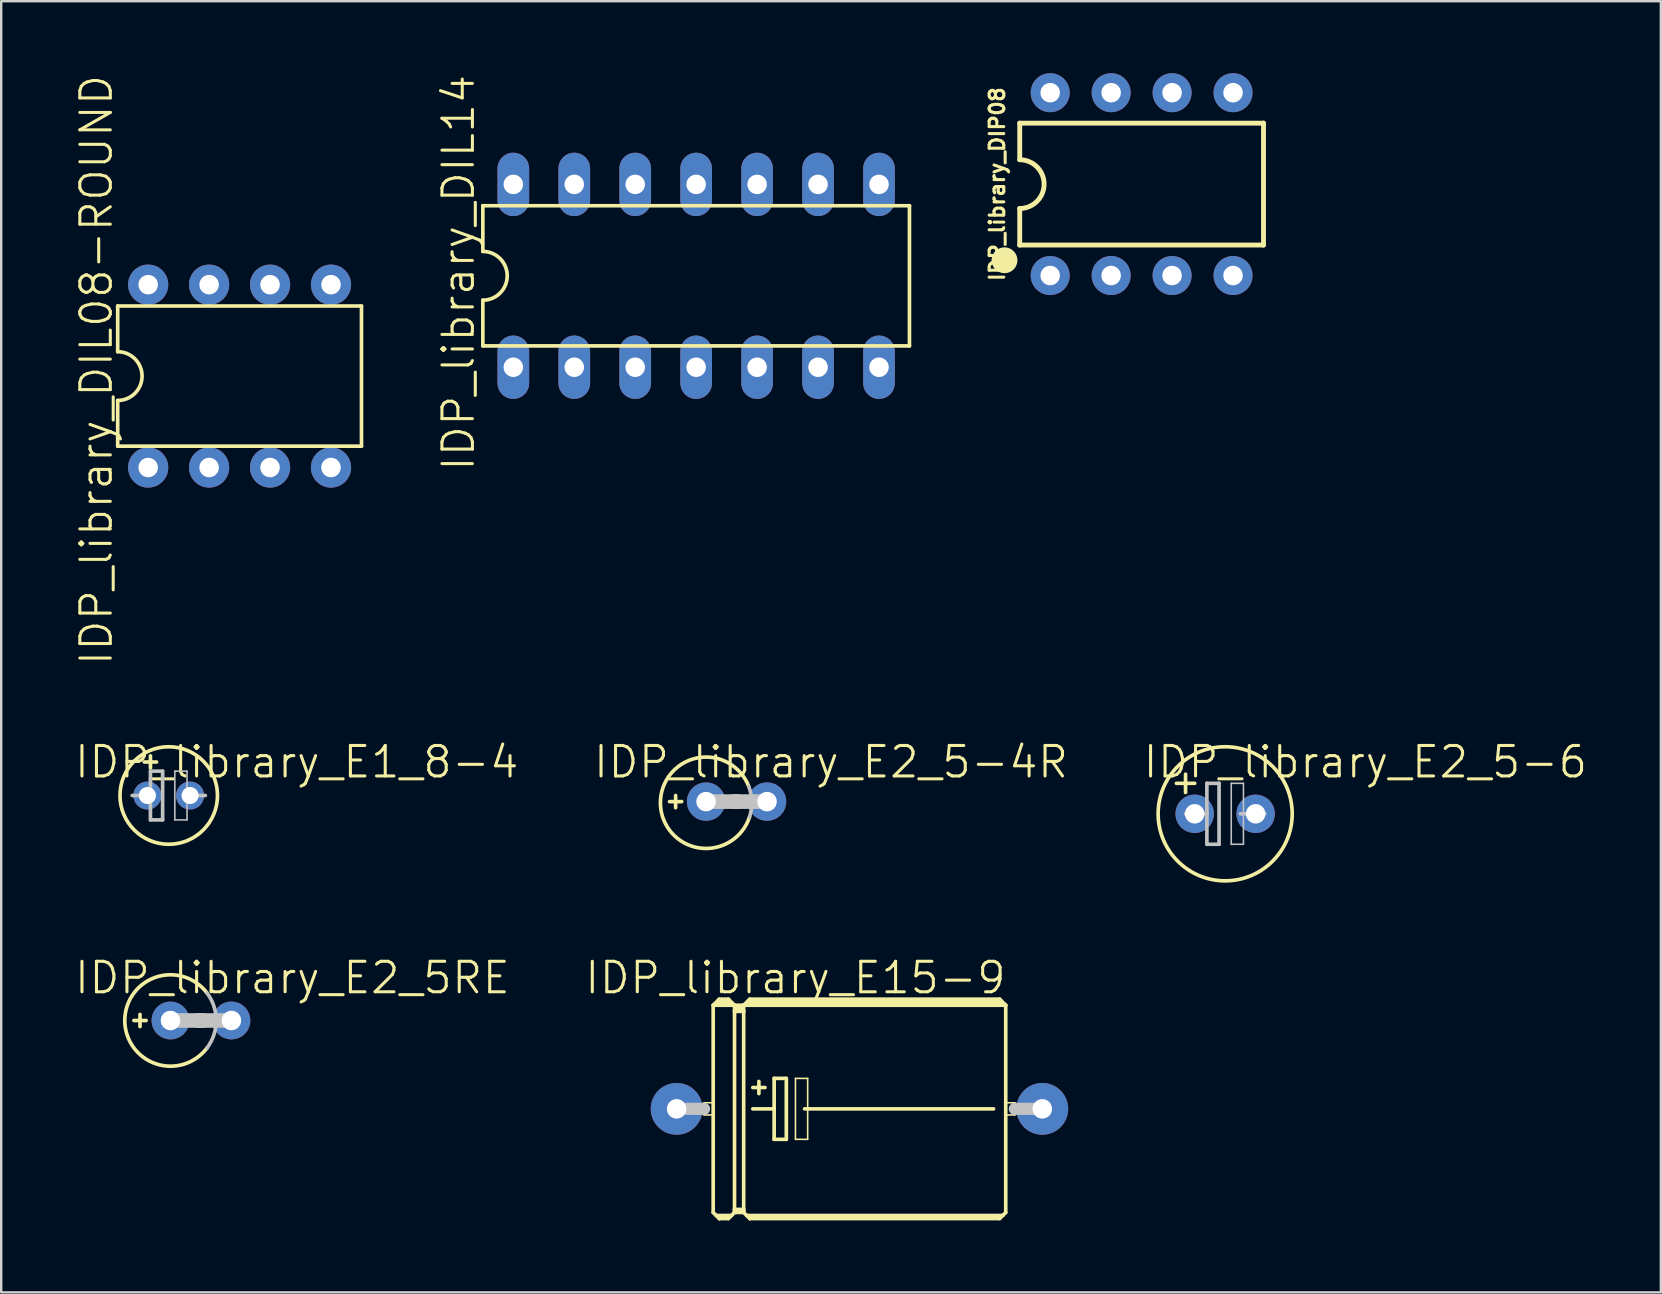
<source format=kicad_pcb>
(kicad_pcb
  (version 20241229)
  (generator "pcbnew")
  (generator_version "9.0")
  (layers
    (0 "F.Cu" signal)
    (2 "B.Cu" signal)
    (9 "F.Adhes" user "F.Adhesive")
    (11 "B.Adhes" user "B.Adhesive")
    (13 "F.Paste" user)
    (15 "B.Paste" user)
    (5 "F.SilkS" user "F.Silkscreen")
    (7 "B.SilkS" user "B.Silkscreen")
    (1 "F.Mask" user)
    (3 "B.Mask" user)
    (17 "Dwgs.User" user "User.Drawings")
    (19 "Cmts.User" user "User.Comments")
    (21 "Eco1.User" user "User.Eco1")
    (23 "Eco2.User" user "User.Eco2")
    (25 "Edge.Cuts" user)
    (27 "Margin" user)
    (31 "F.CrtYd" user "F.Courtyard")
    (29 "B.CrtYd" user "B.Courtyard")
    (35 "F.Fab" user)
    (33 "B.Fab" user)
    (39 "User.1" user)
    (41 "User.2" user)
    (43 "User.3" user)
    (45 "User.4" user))
  (footprint "IDP_library_E1_8-4"
    (layer "F.Cu")
    (at 3.982 30.104)
    (property "Reference" "IDP_library_E1_8-4" (at 5.334 -1.397 0) (layer "F.SilkS") (effects (font (size 1.27 1.27) (thickness 0.127))))
    (attr exclude_from_pos_files exclude_from_bom)
    (fp_line (start -1.016 -1.397) (end -0.508 -1.397) (stroke (width 0.152) (type solid)) (layer "F.SilkS"))
    (fp_line (start -0.762 -1.143) (end -0.762 -1.651) (stroke (width 0.152) (type solid)) (layer "F.SilkS"))
    (fp_circle (center 0 0) (end 0 -2.032) (stroke (width 0.152) (type solid)) (fill no) (layer "F.SilkS"))
    (fp_line (start -1.524 0) (end -0.762 0) (stroke (width 0.152) (type solid)) (layer "Dwgs.User"))
    (fp_line (start -0.762 -1.016) (end -0.762 0) (stroke (width 0.152) (type solid)) (layer "Dwgs.User"))
    (fp_line (start -0.762 0) (end -0.762 1.016) (stroke (width 0.152) (type solid)) (layer "Dwgs.User"))
    (fp_line (start -0.762 1.016) (end -0.254 1.016) (stroke (width 0.152) (type solid)) (layer "Dwgs.User"))
    (fp_line (start -0.254 -1.016) (end -0.762 -1.016) (stroke (width 0.152) (type solid)) (layer "Dwgs.User"))
    (fp_line (start -0.254 1.016) (end -0.254 -1.016) (stroke (width 0.152) (type solid)) (layer "Dwgs.User"))
    (fp_line (start 0.254 -1.016) (end 0.762 -1.016) (stroke (width 0.066) (type solid)) (layer "Dwgs.User"))
    (fp_line (start 0.254 1.016) (end 0.254 -1.016) (stroke (width 0.066) (type solid)) (layer "Dwgs.User"))
    (fp_line (start 0.254 1.016) (end 0.762 1.016) (stroke (width 0.066) (type solid)) (layer "Dwgs.User"))
    (fp_line (start 0.635 0) (end 1.524 0) (stroke (width 0.152) (type solid)) (layer "Dwgs.User"))
    (fp_line (start 0.762 1.016) (end 0.762 -1.016) (stroke (width 0.066) (type solid)) (layer "Dwgs.User"))
    (pad "+" thru_hole circle (at -0.889 0) (size 1.168 1.168) (drill 0.711) (layers "*.Cu" "*.Paste" "*.Mask"))
    (pad "-" thru_hole circle (at 0.889 0) (size 1.168 1.168) (drill 0.711) (layers "*.Cu" "*.Paste" "*.Mask")))
  (footprint "IDP_library_E2_5-4R"
    (layer "F.Cu")
    (at 27.647 30.358)
    (property "Reference" "IDP_library_E2_5-4R" (at 3.937 -1.651 0) (layer "F.SilkS") (effects (font (size 1.27 1.27) (thickness 0.127))))
    (attr exclude_from_pos_files exclude_from_bom)
    (fp_line (start -2.794 0) (end -2.286 0) (stroke (width 0.152) (type solid)) (layer "F.SilkS"))
    (fp_line (start -2.54 0.254) (end -2.54 -0.254) (stroke (width 0.152) (type solid)) (layer "F.SilkS"))
    (fp_line (start -0.127 0) (end 0.076 0) (stroke (width 0.61) (type solid)) (layer "F.SilkS"))
    (fp_arc (start 0.53848 0.64516) (mid -3.173884 0.094265) (end 0.50754 -0.635291) (stroke (width 0.1524) (type solid)) (layer "F.SilkS"))
    (fp_line (start 1.27 0) (end -1.27 0) (stroke (width 0.61) (type solid)) (layer "Dwgs.User"))
    (fp_arc (start 0.508 -0.635) (mid 0.634179 0.001023) (end 0.539692 0.64252) (stroke (width 0.1524) (type solid)) (layer "Dwgs.User"))
    (pad "+" thru_hole circle (at -1.27 0) (size 1.6 1.6) (drill 0.813) (layers "*.Cu" "*.Paste" "*.Mask"))
    (pad "-" thru_hole circle (at 1.27 0) (size 1.6 1.6) (drill 0.813) (layers "*.Cu" "*.Paste" "*.Mask")))
  (footprint "IDP_library_E15-9"
    (layer "F.Cu")
    (at 32.769 43.163)
    (property "Reference" "IDP_library_E15-9" (at -2.667 -5.461 0) (layer "F.SilkS") (effects (font (size 1.27 1.27) (thickness 0.127))))
    (attr exclude_from_pos_files exclude_from_bom)
    (fp_line (start -6.477 -0.254) (end -6.096 -0.254) (stroke (width 0.066) (type solid)) (layer "F.SilkS"))
    (fp_line (start -6.477 0.254) (end -6.477 -0.254) (stroke (width 0.066) (type solid)) (layer "F.SilkS"))
    (fp_line (start -6.477 0.254) (end -6.096 0.254) (stroke (width 0.066) (type solid)) (layer "F.SilkS"))
    (fp_line (start -6.096 -4.318) (end -5.207 -4.318) (stroke (width 0.152) (type solid)) (layer "F.SilkS"))
    (fp_line (start -6.096 0.254) (end -6.096 -0.254) (stroke (width 0.066) (type solid)) (layer "F.SilkS"))
    (fp_line (start -6.096 4.318) (end -6.096 -4.318) (stroke (width 0.152) (type solid)) (layer "F.SilkS"))
    (fp_line (start -6.096 4.318) (end -5.969 4.445) (stroke (width 0.152) (type solid)) (layer "F.SilkS"))
    (fp_line (start -5.969 4.445) (end -5.842 4.572) (stroke (width 0.152) (type solid)) (layer "F.SilkS"))
    (fp_line (start -5.969 4.445) (end -5.334 4.445) (stroke (width 0.152) (type solid)) (layer "F.SilkS"))
    (fp_line (start -5.842 -4.572) (end -6.096 -4.318) (stroke (width 0.152) (type solid)) (layer "F.SilkS"))
    (fp_line (start -5.842 -4.572) (end -5.461 -4.572) (stroke (width 0.152) (type solid)) (layer "F.SilkS"))
    (fp_line (start -5.842 -4.445) (end -5.461 -4.445) (stroke (width 0.305) (type solid)) (layer "F.SilkS"))
    (fp_line (start -5.842 4.521) (end -5.842 4.572) (stroke (width 0.152) (type solid)) (layer "F.SilkS"))
    (fp_line (start -5.842 4.572) (end -5.461 4.572) (stroke (width 0.152) (type solid)) (layer "F.SilkS"))
    (fp_line (start -5.461 -4.572) (end -5.207 -4.318) (stroke (width 0.152) (type solid)) (layer "F.SilkS"))
    (fp_line (start -5.461 4.521) (end -5.842 4.521) (stroke (width 0.152) (type solid)) (layer "F.SilkS"))
    (fp_line (start -5.461 4.572) (end -5.334 4.445) (stroke (width 0.152) (type solid)) (layer "F.SilkS"))
    (fp_line (start -5.334 4.445) (end -5.207 4.318) (stroke (width 0.152) (type solid)) (layer "F.SilkS"))
    (fp_line (start -5.207 -4.318) (end -5.207 -4.064) (stroke (width 0.152) (type solid)) (layer "F.SilkS"))
    (fp_line (start -5.207 -4.318) (end -4.826 -4.318) (stroke (width 0.152) (type solid)) (layer "F.SilkS"))
    (fp_line (start -5.207 -4.064) (end -5.207 4.191) (stroke (width 0.152) (type solid)) (layer "F.SilkS"))
    (fp_line (start -5.207 -4.064) (end -4.826 -4.064) (stroke (width 0.152) (type solid)) (layer "F.SilkS"))
    (fp_line (start -5.207 4.191) (end -5.207 4.267) (stroke (width 0.152) (type solid)) (layer "F.SilkS"))
    (fp_line (start -5.207 4.191) (end -4.826 4.191) (stroke (width 0.152) (type solid)) (layer "F.SilkS"))
    (fp_line (start -5.207 4.267) (end -5.207 4.318) (stroke (width 0.152) (type solid)) (layer "F.SilkS"))
    (fp_line (start -5.207 4.318) (end -4.826 4.318) (stroke (width 0.152) (type solid)) (layer "F.SilkS"))
    (fp_line (start -5.08 -4.191) (end -4.953 -4.191) (stroke (width 0.305) (type solid)) (layer "F.SilkS"))
    (fp_line (start -4.826 -4.318) (end -4.826 -4.064) (stroke (width 0.152) (type solid)) (layer "F.SilkS"))
    (fp_line (start -4.826 -4.318) (end -4.572 -4.572) (stroke (width 0.152) (type solid)) (layer "F.SilkS"))
    (fp_line (start -4.826 -4.318) (end 6.096 -4.318) (stroke (width 0.152) (type solid)) (layer "F.SilkS"))
    (fp_line (start -4.826 -4.064) (end -4.826 4.191) (stroke (width 0.152) (type solid)) (layer "F.SilkS"))
    (fp_line (start -4.826 4.191) (end -4.826 4.267) (stroke (width 0.152) (type solid)) (layer "F.SilkS"))
    (fp_line (start -4.826 4.267) (end -5.207 4.267) (stroke (width 0.152) (type solid)) (layer "F.SilkS"))
    (fp_line (start -4.826 4.267) (end -4.826 4.318) (stroke (width 0.152) (type solid)) (layer "F.SilkS"))
    (fp_line (start -4.826 4.318) (end -4.699 4.445) (stroke (width 0.152) (type solid)) (layer "F.SilkS"))
    (fp_line (start -4.699 4.445) (end -4.572 4.572) (stroke (width 0.152) (type solid)) (layer "F.SilkS"))
    (fp_line (start -4.699 4.445) (end 5.969 4.445) (stroke (width 0.152) (type solid)) (layer "F.SilkS"))
    (fp_line (start -4.572 -4.572) (end 5.842 -4.572) (stroke (width 0.152) (type solid)) (layer "F.SilkS"))
    (fp_line (start -4.572 -4.445) (end 5.842 -4.445) (stroke (width 0.305) (type solid)) (layer "F.SilkS"))
    (fp_line (start -4.572 4.521) (end -4.572 4.572) (stroke (width 0.152) (type solid)) (layer "F.SilkS"))
    (fp_line (start -4.572 4.572) (end 5.842 4.572) (stroke (width 0.152) (type solid)) (layer "F.SilkS"))
    (fp_line (start -4.445 -0.889) (end -3.937 -0.889) (stroke (width 0.152) (type solid)) (layer "F.SilkS"))
    (fp_line (start -4.445 0) (end -3.556 0) (stroke (width 0.152) (type solid)) (layer "F.SilkS"))
    (fp_line (start -4.191 -1.143) (end -4.191 -0.635) (stroke (width 0.152) (type solid)) (layer "F.SilkS"))
    (fp_line (start -3.556 -1.27) (end -3.556 0) (stroke (width 0.152) (type solid)) (layer "F.SilkS"))
    (fp_line (start -3.556 0) (end -3.556 1.27) (stroke (width 0.152) (type solid)) (layer "F.SilkS"))
    (fp_line (start -3.556 1.27) (end -3.048 1.27) (stroke (width 0.152) (type solid)) (layer "F.SilkS"))
    (fp_line (start -3.048 -1.27) (end -3.556 -1.27) (stroke (width 0.152) (type solid)) (layer "F.SilkS"))
    (fp_line (start -3.048 1.27) (end -3.048 -1.27) (stroke (width 0.152) (type solid)) (layer "F.SilkS"))
    (fp_line (start -2.667 -1.27) (end -2.159 -1.27) (stroke (width 0.066) (type solid)) (layer "F.SilkS"))
    (fp_line (start -2.667 1.27) (end -2.667 -1.27) (stroke (width 0.066) (type solid)) (layer "F.SilkS"))
    (fp_line (start -2.667 1.27) (end -2.159 1.27) (stroke (width 0.066) (type solid)) (layer "F.SilkS"))
    (fp_line (start -2.286 0) (end 5.588 0) (stroke (width 0.152) (type solid)) (layer "F.SilkS"))
    (fp_line (start -2.159 1.27) (end -2.159 -1.27) (stroke (width 0.066) (type solid)) (layer "F.SilkS"))
    (fp_line (start 5.842 4.521) (end -4.572 4.521) (stroke (width 0.152) (type solid)) (layer "F.SilkS"))
    (fp_line (start 5.969 4.445) (end 5.842 4.572) (stroke (width 0.152) (type solid)) (layer "F.SilkS"))
    (fp_line (start 6.096 -4.318) (end 5.842 -4.572) (stroke (width 0.152) (type solid)) (layer "F.SilkS"))
    (fp_line (start 6.096 -4.318) (end 6.096 4.318) (stroke (width 0.152) (type solid)) (layer "F.SilkS"))
    (fp_line (start 6.096 -0.254) (end 6.477 -0.254) (stroke (width 0.066) (type solid)) (layer "F.SilkS"))
    (fp_line (start 6.096 0.254) (end 6.096 -0.254) (stroke (width 0.066) (type solid)) (layer "F.SilkS"))
    (fp_line (start 6.096 0.254) (end 6.477 0.254) (stroke (width 0.066) (type solid)) (layer "F.SilkS"))
    (fp_line (start 6.096 4.318) (end 5.969 4.445) (stroke (width 0.152) (type solid)) (layer "F.SilkS"))
    (fp_line (start 6.477 0.254) (end 6.477 -0.254) (stroke (width 0.066) (type solid)) (layer "F.SilkS"))
    (fp_line (start -7.62 0) (end -6.477 0) (stroke (width 0.508) (type solid)) (layer "Dwgs.User"))
    (fp_line (start 7.62 0) (end 6.477 0) (stroke (width 0.508) (type solid)) (layer "Dwgs.User"))
    (pad "+" thru_hole circle (at -7.62 0) (size 2.159 2.159) (drill 0.813) (layers "*.Cu" "*.Paste" "*.Mask"))
    (pad "-" thru_hole circle (at 7.62 0) (size 2.159 2.159) (drill 0.813) (layers "*.Cu" "*.Paste" "*.Mask")))
  (footprint "IDP_library_DIP08"
    (layer "F.Cu")
    (at 44.528 4.623)
    (property "Reference" "IDP_library_DIP08" (at -6.02 0 90) (layer "F.SilkS") (effects (font (size 0.61 0.61) (thickness 0.127))))
    (attr exclude_from_pos_files exclude_from_bom)
    (fp_line (start -5.08 -2.54) (end -5.08 -1.016) (stroke (width 0.203) (type solid)) (layer "F.SilkS"))
    (fp_line (start -5.08 2.54) (end -5.08 1.016) (stroke (width 0.203) (type solid)) (layer "F.SilkS"))
    (fp_line (start -5.08 2.54) (end 5.08 2.54) (stroke (width 0.203) (type solid)) (layer "F.SilkS"))
    (fp_line (start 5.08 -2.54) (end -5.08 -2.54) (stroke (width 0.203) (type solid)) (layer "F.SilkS"))
    (fp_line (start 5.08 -2.54) (end 5.08 2.54) (stroke (width 0.203) (type solid)) (layer "F.SilkS"))
    (fp_arc (start -5.08 -1.016) (mid -4.064 0) (end -5.08 1.016) (stroke (width 0.2032) (type solid)) (layer "F.SilkS"))
    (fp_poly (pts (xy -6.19 3.175) (xy -6.177 3.068) (xy -6.142 2.967) (xy -6.086 2.878) (xy -6.01 2.802) (xy -5.921 2.746) (xy -5.819 2.71) (xy -5.715 2.697) (xy -5.608 2.71) (xy -5.507 2.746) (xy -5.418 2.802) (xy -5.342 2.878) (xy -5.286 2.967) (xy -5.25 3.068) (xy -5.237 3.175) (xy -5.25 3.279) (xy -5.286 3.381) (xy -5.342 3.47) (xy -5.418 3.546) (xy -5.507 3.602) (xy -5.608 3.637) (xy -5.715 3.65) (xy -5.819 3.637) (xy -5.921 3.602) (xy -6.01 3.546) (xy -6.086 3.47) (xy -6.142 3.381) (xy -6.177 3.279) (xy -6.19 3.175)) (stroke (width 0.127) (type solid)) (fill yes) (layer "F.SilkS"))
    (pad "1" thru_hole circle (at -3.81 3.81) (size 1.626 1.626) (drill 0.813) (layers "*.Cu" "*.Paste" "*.Mask"))
    (pad "2" thru_hole circle (at -1.27 3.81) (size 1.626 1.626) (drill 0.813) (layers "*.Cu" "*.Paste" "*.Mask"))
    (pad "3" thru_hole circle (at 1.27 3.81) (size 1.626 1.626) (drill 0.813) (layers "*.Cu" "*.Paste" "*.Mask"))
    (pad "4" thru_hole circle (at 3.81 3.81) (size 1.626 1.626) (drill 0.813) (layers "*.Cu" "*.Paste" "*.Mask"))
    (pad "5" thru_hole circle (at 3.81 -3.81) (size 1.626 1.626) (drill 0.813) (layers "*.Cu" "*.Paste" "*.Mask"))
    (pad "6" thru_hole circle (at 1.27 -3.81) (size 1.626 1.626) (drill 0.813) (layers "*.Cu" "*.Paste" "*.Mask"))
    (pad "7" thru_hole circle (at -1.27 -3.81) (size 1.626 1.626) (drill 0.813) (layers "*.Cu" "*.Paste" "*.Mask"))
    (pad "8" thru_hole circle (at -3.81 -3.81) (size 1.626 1.626) (drill 0.813) (layers "*.Cu" "*.Paste" "*.Mask")))
  (footprint "IDP_library_E2_5-6"
    (layer "F.Cu")
    (at 48.01 30.866)
    (property "Reference" "IDP_library_E2_5-6" (at 5.842 -2.159 0) (layer "F.SilkS") (effects (font (size 1.27 1.27) (thickness 0.127))))
    (attr exclude_from_pos_files exclude_from_bom)
    (fp_line (start -2.032 -1.27) (end -1.651 -1.27) (stroke (width 0.152) (type solid)) (layer "F.SilkS"))
    (fp_line (start -1.651 -1.27) (end -1.651 -1.651) (stroke (width 0.152) (type solid)) (layer "F.SilkS"))
    (fp_line (start -1.651 -1.27) (end -1.27 -1.27) (stroke (width 0.152) (type solid)) (layer "F.SilkS"))
    (fp_line (start -1.651 -0.889) (end -1.651 -1.27) (stroke (width 0.152) (type solid)) (layer "F.SilkS"))
    (fp_circle (center 0 0) (end 0 -2.794) (stroke (width 0.152) (type solid)) (fill no) (layer "F.SilkS"))
    (fp_line (start -1.651 0) (end -0.762 0) (stroke (width 0.152) (type solid)) (layer "Dwgs.User"))
    (fp_line (start -0.762 -1.27) (end -0.762 0) (stroke (width 0.152) (type solid)) (layer "Dwgs.User"))
    (fp_line (start -0.762 0) (end -0.762 1.27) (stroke (width 0.152) (type solid)) (layer "Dwgs.User"))
    (fp_line (start -0.762 1.27) (end -0.254 1.27) (stroke (width 0.152) (type solid)) (layer "Dwgs.User"))
    (fp_line (start -0.254 -1.27) (end -0.762 -1.27) (stroke (width 0.152) (type solid)) (layer "Dwgs.User"))
    (fp_line (start -0.254 1.27) (end -0.254 -1.27) (stroke (width 0.152) (type solid)) (layer "Dwgs.User"))
    (fp_line (start 0.254 -1.27) (end 0.762 -1.27) (stroke (width 0.066) (type solid)) (layer "Dwgs.User"))
    (fp_line (start 0.254 1.27) (end 0.254 -1.27) (stroke (width 0.066) (type solid)) (layer "Dwgs.User"))
    (fp_line (start 0.254 1.27) (end 0.762 1.27) (stroke (width 0.066) (type solid)) (layer "Dwgs.User"))
    (fp_line (start 0.635 0) (end 1.651 0) (stroke (width 0.152) (type solid)) (layer "Dwgs.User"))
    (fp_line (start 0.762 1.27) (end 0.762 -1.27) (stroke (width 0.066) (type solid)) (layer "Dwgs.User"))
    (pad "+" thru_hole circle (at -1.27 0) (size 1.6 1.6) (drill 0.813) (layers "*.Cu" "*.Paste" "*.Mask"))
    (pad "-" thru_hole circle (at 1.27 0) (size 1.6 1.6) (drill 0.813) (layers "*.Cu" "*.Paste" "*.Mask")))
  (footprint "IDP_library_DIL08-ROUND"
    (layer "F.Cu")
    (at 6.935 12.624)
    (property "Reference" "IDP_library_DIL08-ROUND" (at -5.969 -0.254 90) (layer "F.SilkS") (effects (font (size 1.27 1.27) (thickness 0.127))))
    (attr exclude_from_pos_files exclude_from_bom)
    (fp_line (start -5.08 -2.921) (end -5.08 -1.016) (stroke (width 0.152) (type solid)) (layer "F.SilkS"))
    (fp_line (start -5.08 2.921) (end -5.08 1.016) (stroke (width 0.152) (type solid)) (layer "F.SilkS"))
    (fp_line (start -5.08 2.921) (end 5.08 2.921) (stroke (width 0.152) (type solid)) (layer "F.SilkS"))
    (fp_line (start 5.08 -2.921) (end -5.08 -2.921) (stroke (width 0.152) (type solid)) (layer "F.SilkS"))
    (fp_line (start 5.08 -2.921) (end 5.08 2.921) (stroke (width 0.152) (type solid)) (layer "F.SilkS"))
    (fp_arc (start -5.08 -1.016) (mid -4.064 0) (end -5.08 1.016) (stroke (width 0.1524) (type solid)) (layer "F.SilkS"))
    (pad "1" thru_hole circle (at -3.81 3.81) (size 1.676 1.676) (drill 0.813) (layers "*.Cu" "*.Paste" "*.Mask"))
    (pad "2" thru_hole circle (at -1.27 3.81) (size 1.676 1.676) (drill 0.813) (layers "*.Cu" "*.Paste" "*.Mask"))
    (pad "3" thru_hole circle (at 1.27 3.81) (size 1.676 1.676) (drill 0.813) (layers "*.Cu" "*.Paste" "*.Mask"))
    (pad "4" thru_hole circle (at 3.81 3.81) (size 1.676 1.676) (drill 0.813) (layers "*.Cu" "*.Paste" "*.Mask"))
    (pad "5" thru_hole circle (at 3.81 -3.81) (size 1.676 1.676) (drill 0.813) (layers "*.Cu" "*.Paste" "*.Mask"))
    (pad "6" thru_hole circle (at 1.27 -3.81) (size 1.676 1.676) (drill 0.813) (layers "*.Cu" "*.Paste" "*.Mask"))
    (pad "7" thru_hole circle (at -1.27 -3.81) (size 1.676 1.676) (drill 0.813) (layers "*.Cu" "*.Paste" "*.Mask"))
    (pad "8" thru_hole circle (at -3.81 -3.81) (size 1.676 1.676) (drill 0.813) (layers "*.Cu" "*.Paste" "*.Mask")))
  (footprint "IDP_library_DIL14"
    (layer "F.Cu")
    (at 25.963 8.445)
    (property "Reference" "IDP_library_DIL14" (at -9.906 -0.127 90) (layer "F.SilkS") (effects (font (size 1.27 1.27) (thickness 0.127))))
    (attr exclude_from_pos_files exclude_from_bom)
    (fp_line (start -8.89 -2.921) (end -8.89 -1.016) (stroke (width 0.152) (type solid)) (layer "F.SilkS"))
    (fp_line (start -8.89 2.921) (end -8.89 1.016) (stroke (width 0.152) (type solid)) (layer "F.SilkS"))
    (fp_line (start -8.89 2.921) (end 8.89 2.921) (stroke (width 0.152) (type solid)) (layer "F.SilkS"))
    (fp_line (start 8.89 -2.921) (end -8.89 -2.921) (stroke (width 0.152) (type solid)) (layer "F.SilkS"))
    (fp_line (start 8.89 -2.921) (end 8.89 2.921) (stroke (width 0.152) (type solid)) (layer "F.SilkS"))
    (fp_arc (start -8.89 -1.016) (mid -7.874 0) (end -8.89 1.016) (stroke (width 0.1524) (type solid)) (layer "F.SilkS"))
    (pad "1" thru_hole oval (at -7.62 3.81 180) (size 1.321 2.642) (drill 0.813) (layers "*.Cu" "*.Paste" "*.Mask"))
    (pad "2" thru_hole oval (at -5.08 3.81 180) (size 1.321 2.642) (drill 0.813) (layers "*.Cu" "*.Paste" "*.Mask"))
    (pad "3" thru_hole oval (at -2.54 3.81 180) (size 1.321 2.642) (drill 0.813) (layers "*.Cu" "*.Paste" "*.Mask"))
    (pad "4" thru_hole oval (at 0 3.81 180) (size 1.321 2.642) (drill 0.813) (layers "*.Cu" "*.Paste" "*.Mask"))
    (pad "5" thru_hole oval (at 2.54 3.81 180) (size 1.321 2.642) (drill 0.813) (layers "*.Cu" "*.Paste" "*.Mask"))
    (pad "6" thru_hole oval (at 5.08 3.81 180) (size 1.321 2.642) (drill 0.813) (layers "*.Cu" "*.Paste" "*.Mask"))
    (pad "7" thru_hole oval (at 7.62 3.81 180) (size 1.321 2.642) (drill 0.813) (layers "*.Cu" "*.Paste" "*.Mask"))
    (pad "8" thru_hole oval (at 7.62 -3.81 180) (size 1.321 2.642) (drill 0.813) (layers "*.Cu" "*.Paste" "*.Mask"))
    (pad "9" thru_hole oval (at 5.08 -3.81 180) (size 1.321 2.642) (drill 0.813) (layers "*.Cu" "*.Paste" "*.Mask"))
    (pad "10" thru_hole oval (at 2.54 -3.81 180) (size 1.321 2.642) (drill 0.813) (layers "*.Cu" "*.Paste" "*.Mask"))
    (pad "11" thru_hole oval (at 0 -3.81 180) (size 1.321 2.642) (drill 0.813) (layers "*.Cu" "*.Paste" "*.Mask"))
    (pad "12" thru_hole oval (at -2.54 -3.81 180) (size 1.321 2.642) (drill 0.813) (layers "*.Cu" "*.Paste" "*.Mask"))
    (pad "13" thru_hole oval (at -5.08 -3.81 180) (size 1.321 2.642) (drill 0.813) (layers "*.Cu" "*.Paste" "*.Mask"))
    (pad "14" thru_hole oval (at -7.62 -3.81 180) (size 1.321 2.642) (drill 0.813) (layers "*.Cu" "*.Paste" "*.Mask")))
  (footprint "IDP_library_E2_5RE"
    (layer "F.Cu")
    (at 5.325 39.48)
    (property "Reference" "IDP_library_E2_5RE" (at 3.81 -1.778 0) (layer "F.SilkS") (effects (font (size 1.27 1.27) (thickness 0.127))))
    (attr exclude_from_pos_files exclude_from_bom)
    (fp_line (start -2.794 0) (end -2.286 0) (stroke (width 0.152) (type solid)) (layer "F.SilkS"))
    (fp_line (start -2.54 0.254) (end -2.54 -0.254) (stroke (width 0.152) (type solid)) (layer "F.SilkS"))
    (fp_line (start -0.127 0) (end 0.076 0) (stroke (width 0.61) (type solid)) (layer "F.SilkS"))
    (fp_arc (start 0.254 1.143) (mid -3.175 0.001001) (end 0.252798 -1.144601) (stroke (width 0.1524) (type solid)) (layer "F.SilkS"))
    (fp_line (start 1.27 0) (end -1.27 0) (stroke (width 0.61) (type solid)) (layer "Dwgs.User"))
    (fp_arc (start 0.254 -1.143) (mid 0.635 -0.000662) (end 0.254794 1.141941) (stroke (width 0.1524) (type solid)) (layer "Dwgs.User"))
    (pad "+" thru_hole circle (at -1.27 0) (size 1.575 1.575) (drill 0.813) (layers "*.Cu" "*.Paste" "*.Mask"))
    (pad "-" thru_hole circle (at 1.27 0) (size 1.575 1.575) (drill 0.813) (layers "*.Cu" "*.Paste" "*.Mask")))
  (gr_rect
    (start -3 -3)
    (end 66.168 50.811)
    (stroke (width 0.1) (type default))
    (fill no)
    (layer "Edge.Cuts")))
</source>
